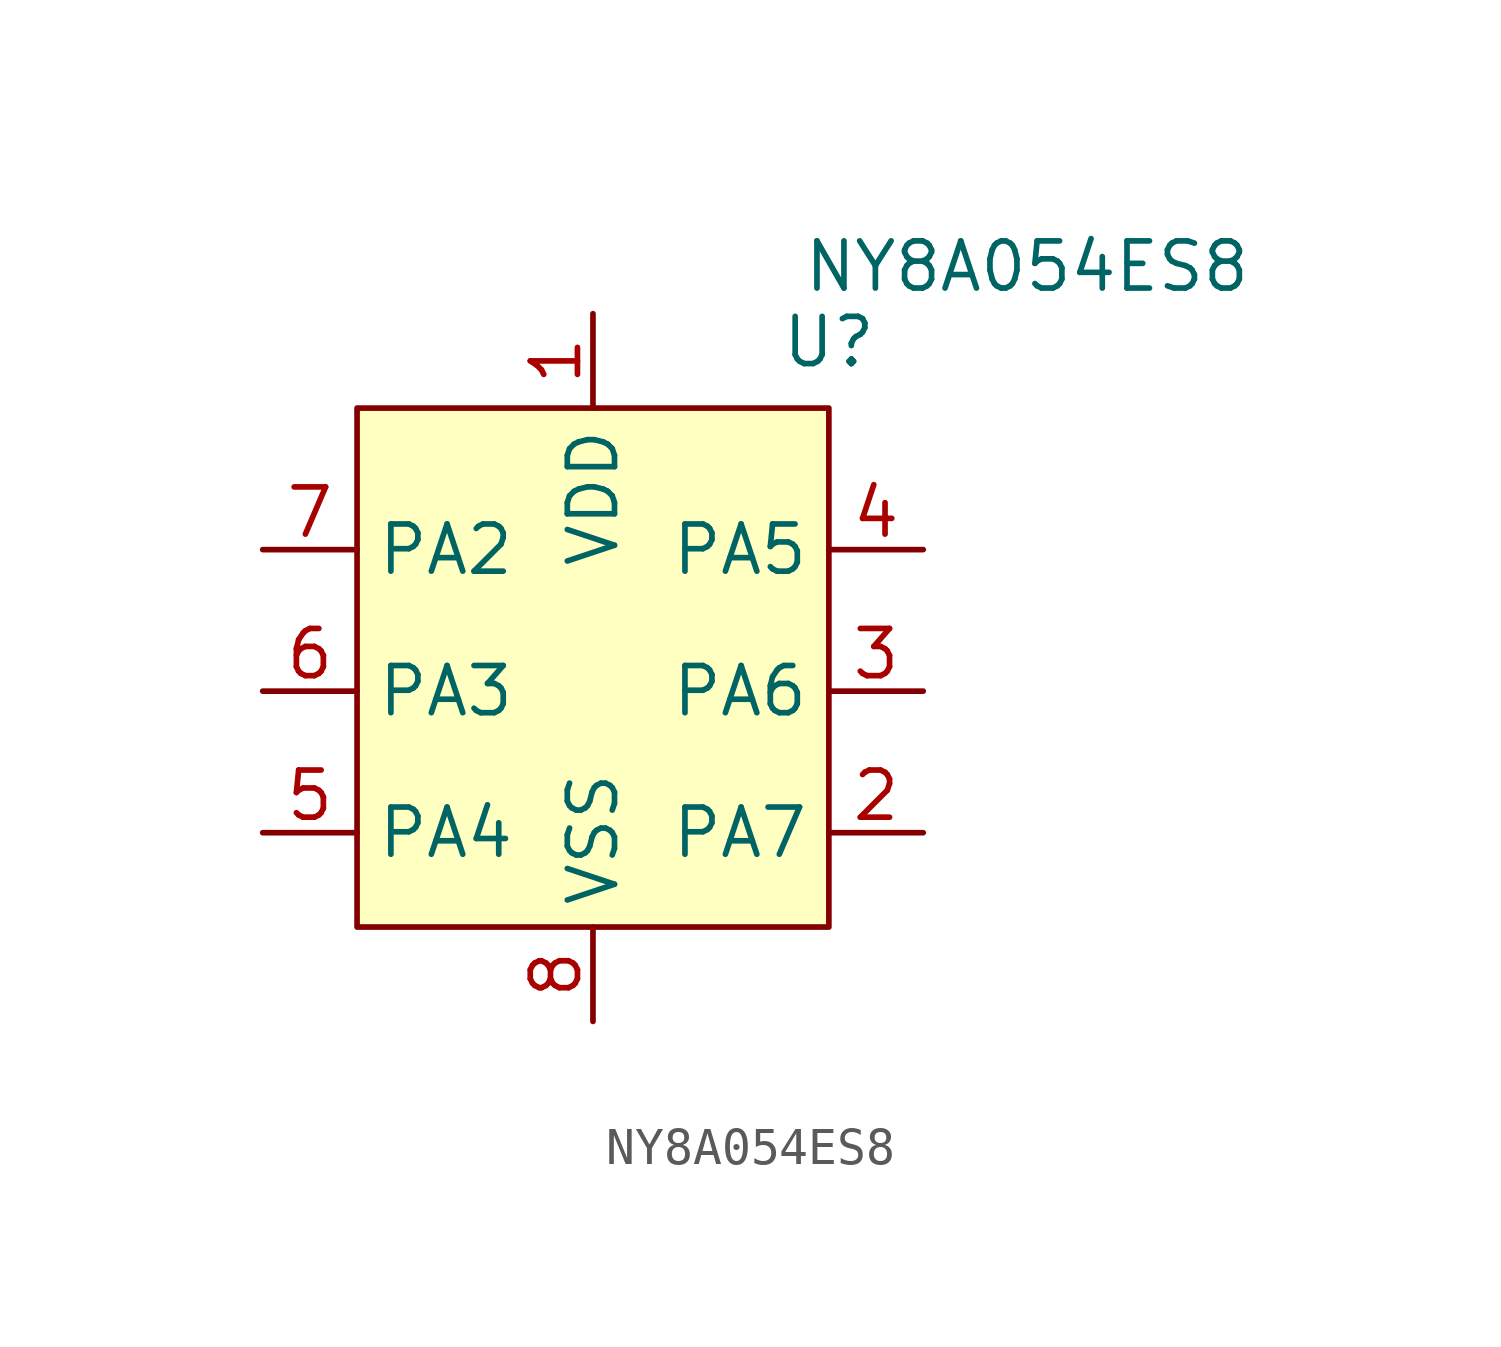
<source format=kicad_sym>
(kicad_symbol_lib
  (version 20241209)
  (generator "kicad_symbol_editor")
  (generator_version "9.0")
  (symbol "NY8A054ES8"
    (property "Reference" "U"
      (at 6.35 9.398 0)
      (effects (font (size 1.27 1.27))))
    (property "Value" "NY8A054ES8"
      (at 11.684 11.43 0)
      (effects (font (size 1.27 1.27))))
    (symbol "NY8A054ES8_0_1"
      (rectangle (start -6.35 7.62) (end 6.35 -6.35) (stroke (width 0) (type default)) (fill (type background))))
    (symbol "NY8A054ES8_1_1"
      (pin bidirectional line (at -8.89 3.81 0) (length 2.54) (name "PA2" (effects (font (size 1.27 1.27)))) (number "7" (effects (font (size 1.27 1.27)))))
      (pin bidirectional line (at -8.89 0 0) (length 2.54) (name "PA3" (effects (font (size 1.27 1.27)))) (number "6" (effects (font (size 1.27 1.27)))))
      (pin bidirectional line (at -8.89 -3.81 0) (length 2.54) (name "PA4" (effects (font (size 1.27 1.27)))) (number "5" (effects (font (size 1.27 1.27)))))
      (pin power_in line (at 0 10.16 270) (length 2.54) (name "VDD" (effects (font (size 1.27 1.27)))) (number "1" (effects (font (size 1.27 1.27)))))
      (pin power_in line (at 0 -8.89 90) (length 2.54) (name "VSS" (effects (font (size 1.27 1.27)))) (number "8" (effects (font (size 1.27 1.27)))))
      (pin bidirectional line (at 8.89 3.81 180) (length 2.54) (name "PA5" (effects (font (size 1.27 1.27)))) (number "4" (effects (font (size 1.27 1.27)))))
      (pin bidirectional line (at 8.89 0 180) (length 2.54) (name "PA6" (effects (font (size 1.27 1.27)))) (number "3" (effects (font (size 1.27 1.27)))))
      (pin bidirectional line (at 8.89 -3.81 180) (length 2.54) (name "PA7" (effects (font (size 1.27 1.27)))) (number "2" (effects (font (size 1.27 1.27))))))))
</source>
